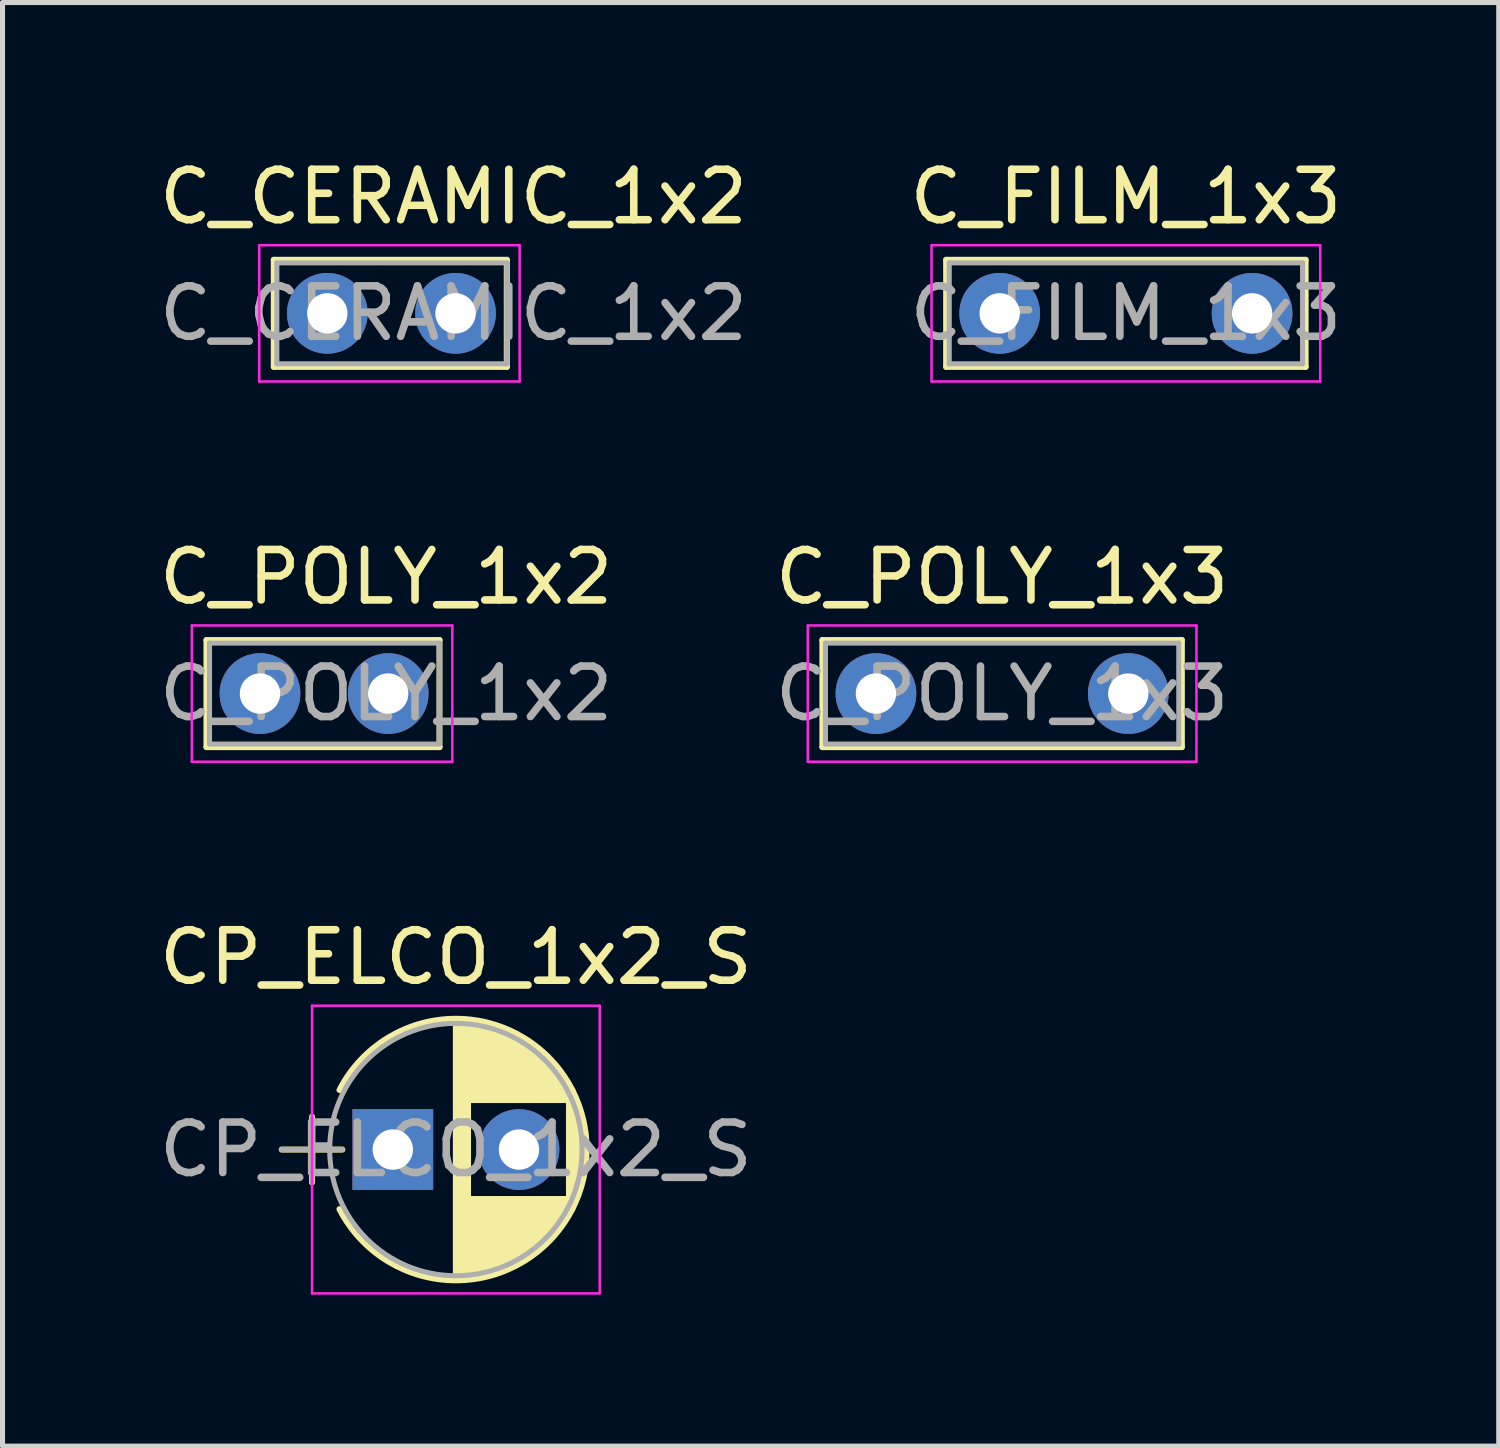
<source format=kicad_pcb>
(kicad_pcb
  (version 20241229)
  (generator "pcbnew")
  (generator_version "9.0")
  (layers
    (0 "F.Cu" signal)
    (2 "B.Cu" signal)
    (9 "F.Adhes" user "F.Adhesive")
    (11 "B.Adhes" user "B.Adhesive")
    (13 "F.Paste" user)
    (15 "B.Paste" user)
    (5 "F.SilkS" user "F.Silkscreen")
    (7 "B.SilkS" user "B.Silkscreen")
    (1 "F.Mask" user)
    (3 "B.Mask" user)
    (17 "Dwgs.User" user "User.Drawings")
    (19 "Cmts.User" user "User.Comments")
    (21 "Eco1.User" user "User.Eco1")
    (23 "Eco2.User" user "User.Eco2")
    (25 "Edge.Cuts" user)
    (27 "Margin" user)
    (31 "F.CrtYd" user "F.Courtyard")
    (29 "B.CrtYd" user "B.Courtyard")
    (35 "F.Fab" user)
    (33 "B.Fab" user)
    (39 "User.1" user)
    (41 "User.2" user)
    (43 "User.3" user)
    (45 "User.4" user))
  (footprint "C_POLY_1x3"
    (layer "F.Cu")
    (at 14.304 10.691)
    (property "Reference" "C_POLY_1x3" (at 2.5 -2.31 0) (layer "F.SilkS") (effects (font (size 1 1) (thickness 0.15))))
    (attr through_hole)
    (fp_line (start -1.06 -1.06) (end -1.06 1.06) (stroke (width 0.12) (type solid)) (layer "F.SilkS"))
    (fp_line (start -1.06 -1.06) (end 6.06 -1.06) (stroke (width 0.12) (type solid)) (layer "F.SilkS"))
    (fp_line (start -1.06 1.06) (end 6.06 1.06) (stroke (width 0.12) (type solid)) (layer "F.SilkS"))
    (fp_line (start 6.06 -1.06) (end 6.06 1.06) (stroke (width 0.12) (type solid)) (layer "F.SilkS"))
    (fp_line (start -1.35 -1.35) (end -1.35 1.35) (stroke (width 0.05) (type solid)) (layer "F.CrtYd"))
    (fp_line (start -1.35 1.35) (end 6.35 1.35) (stroke (width 0.05) (type solid)) (layer "F.CrtYd"))
    (fp_line (start 6.35 -1.35) (end -1.35 -1.35) (stroke (width 0.05) (type solid)) (layer "F.CrtYd"))
    (fp_line (start 6.35 1.35) (end 6.35 -1.35) (stroke (width 0.05) (type solid)) (layer "F.CrtYd"))
    (fp_line (start -1 -1) (end -1 1) (stroke (width 0.1) (type solid)) (layer "F.Fab"))
    (fp_line (start -1 1) (end 6 1) (stroke (width 0.1) (type solid)) (layer "F.Fab"))
    (fp_line (start 6 -1) (end -1 -1) (stroke (width 0.1) (type solid)) (layer "F.Fab"))
    (fp_line (start 6 1) (end 6 -1) (stroke (width 0.1) (type solid)) (layer "F.Fab"))
    (fp_text user "${REFERENCE}" (at 2.5 0 0) (layer "F.Fab") (effects (font (size 1 1) (thickness 0.15))))
    (pad "1" thru_hole circle (at 0 0) (size 1.6 1.6) (drill 0.8) (layers "*.Cu" "*.Mask"))
    (pad "2" thru_hole circle (at 5 0) (size 1.6 1.6) (drill 0.8) (layers "*.Cu" "*.Mask")))
  (footprint "C_CERAMIC_1x2"
    (layer "F.Cu")
    (at 3.435 3.158)
    (property "Reference" "C_CERAMIC_1x2" (at 2.5 -2.31 0) (layer "F.SilkS") (effects (font (size 1 1) (thickness 0.15))))
    (attr through_hole)
    (fp_line (start -1.06 -1.06) (end -1.06 1.06) (stroke (width 0.12) (type solid)) (layer "F.SilkS"))
    (fp_line (start -1.06 -1.06) (end 3.556 -1.06) (stroke (width 0.12) (type solid)) (layer "F.SilkS"))
    (fp_line (start -1.06 1.06) (end 3.556 1.06) (stroke (width 0.12) (type solid)) (layer "F.SilkS"))
    (fp_line (start 3.556 -1.06) (end 3.556 1.06) (stroke (width 0.12) (type solid)) (layer "F.SilkS"))
    (fp_line (start -1.35 -1.35) (end -1.35 1.35) (stroke (width 0.05) (type solid)) (layer "F.CrtYd"))
    (fp_line (start -1.35 1.35) (end 3.81 1.35) (stroke (width 0.05) (type solid)) (layer "F.CrtYd"))
    (fp_line (start 3.81 -1.35) (end -1.35 -1.35) (stroke (width 0.05) (type solid)) (layer "F.CrtYd"))
    (fp_line (start 3.81 1.35) (end 3.81 -1.35) (stroke (width 0.05) (type solid)) (layer "F.CrtYd"))
    (fp_line (start -1 -1) (end -1 1) (stroke (width 0.1) (type solid)) (layer "F.Fab"))
    (fp_line (start -1 1) (end 3.556 1) (stroke (width 0.1) (type solid)) (layer "F.Fab"))
    (fp_line (start 3.556 -1) (end -1 -1) (stroke (width 0.1) (type solid)) (layer "F.Fab"))
    (fp_line (start 3.556 1) (end 3.556 -1) (stroke (width 0.1) (type solid)) (layer "F.Fab"))
    (fp_text user "${REFERENCE}" (at 2.5 0 0) (layer "F.Fab") (effects (font (size 1 1) (thickness 0.15))))
    (pad "1" thru_hole circle (at 0 0) (size 1.6 1.6) (drill 0.8) (layers "*.Cu" "*.Mask"))
    (pad "2" thru_hole circle (at 2.54 0) (size 1.6 1.6) (drill 0.8) (layers "*.Cu" "*.Mask")))
  (footprint "CP_ELCO_1x2_S"
    (layer "F.Cu")
    (at 4.732 19.725)
    (property "Reference" "CP_ELCO_1x2_S" (at 1.25 -3.81 0) (layer "F.SilkS") (effects (font (size 1 1) (thickness 0.15))))
    (attr through_hole)
    (fp_line (start -2.2 0) (end -1 0) (stroke (width 0.12) (type solid)) (layer "F.SilkS"))
    (fp_line (start -1.6 -0.65) (end -1.6 0.65) (stroke (width 0.12) (type solid)) (layer "F.SilkS"))
    (fp_line (start 1.25 -2.55) (end 1.25 2.55) (stroke (width 0.12) (type solid)) (layer "F.SilkS"))
    (fp_line (start 1.29 -2.55) (end 1.29 2.55) (stroke (width 0.12) (type solid)) (layer "F.SilkS"))
    (fp_line (start 1.33 -2.549) (end 1.33 2.549) (stroke (width 0.12) (type solid)) (layer "F.SilkS"))
    (fp_line (start 1.37 -2.548) (end 1.37 2.548) (stroke (width 0.12) (type solid)) (layer "F.SilkS"))
    (fp_line (start 1.41 -2.546) (end 1.41 2.546) (stroke (width 0.12) (type solid)) (layer "F.SilkS"))
    (fp_line (start 1.45 -2.543) (end 1.45 2.543) (stroke (width 0.12) (type solid)) (layer "F.SilkS"))
    (fp_line (start 1.49 -2.539) (end 1.49 2.539) (stroke (width 0.12) (type solid)) (layer "F.SilkS"))
    (fp_line (start 1.53 -2.535) (end 1.53 -0.98) (stroke (width 0.12) (type solid)) (layer "F.SilkS"))
    (fp_line (start 1.53 0.98) (end 1.53 2.535) (stroke (width 0.12) (type solid)) (layer "F.SilkS"))
    (fp_line (start 1.57 -2.531) (end 1.57 -0.98) (stroke (width 0.12) (type solid)) (layer "F.SilkS"))
    (fp_line (start 1.57 0.98) (end 1.57 2.531) (stroke (width 0.12) (type solid)) (layer "F.SilkS"))
    (fp_line (start 1.61 -2.525) (end 1.61 -0.98) (stroke (width 0.12) (type solid)) (layer "F.SilkS"))
    (fp_line (start 1.61 0.98) (end 1.61 2.525) (stroke (width 0.12) (type solid)) (layer "F.SilkS"))
    (fp_line (start 1.65 -2.519) (end 1.65 -0.98) (stroke (width 0.12) (type solid)) (layer "F.SilkS"))
    (fp_line (start 1.65 0.98) (end 1.65 2.519) (stroke (width 0.12) (type solid)) (layer "F.SilkS"))
    (fp_line (start 1.69 -2.513) (end 1.69 -0.98) (stroke (width 0.12) (type solid)) (layer "F.SilkS"))
    (fp_line (start 1.69 0.98) (end 1.69 2.513) (stroke (width 0.12) (type solid)) (layer "F.SilkS"))
    (fp_line (start 1.73 -2.506) (end 1.73 -0.98) (stroke (width 0.12) (type solid)) (layer "F.SilkS"))
    (fp_line (start 1.73 0.98) (end 1.73 2.506) (stroke (width 0.12) (type solid)) (layer "F.SilkS"))
    (fp_line (start 1.77 -2.498) (end 1.77 -0.98) (stroke (width 0.12) (type solid)) (layer "F.SilkS"))
    (fp_line (start 1.77 0.98) (end 1.77 2.498) (stroke (width 0.12) (type solid)) (layer "F.SilkS"))
    (fp_line (start 1.81 -2.489) (end 1.81 -0.98) (stroke (width 0.12) (type solid)) (layer "F.SilkS"))
    (fp_line (start 1.81 0.98) (end 1.81 2.489) (stroke (width 0.12) (type solid)) (layer "F.SilkS"))
    (fp_line (start 1.85 -2.48) (end 1.85 -0.98) (stroke (width 0.12) (type solid)) (layer "F.SilkS"))
    (fp_line (start 1.85 0.98) (end 1.85 2.48) (stroke (width 0.12) (type solid)) (layer "F.SilkS"))
    (fp_line (start 1.89 -2.47) (end 1.89 -0.98) (stroke (width 0.12) (type solid)) (layer "F.SilkS"))
    (fp_line (start 1.89 0.98) (end 1.89 2.47) (stroke (width 0.12) (type solid)) (layer "F.SilkS"))
    (fp_line (start 1.93 -2.46) (end 1.93 -0.98) (stroke (width 0.12) (type solid)) (layer "F.SilkS"))
    (fp_line (start 1.93 0.98) (end 1.93 2.46) (stroke (width 0.12) (type solid)) (layer "F.SilkS"))
    (fp_line (start 1.971 -2.448) (end 1.971 -0.98) (stroke (width 0.12) (type solid)) (layer "F.SilkS"))
    (fp_line (start 1.971 0.98) (end 1.971 2.448) (stroke (width 0.12) (type solid)) (layer "F.SilkS"))
    (fp_line (start 2.011 -2.436) (end 2.011 -0.98) (stroke (width 0.12) (type solid)) (layer "F.SilkS"))
    (fp_line (start 2.011 0.98) (end 2.011 2.436) (stroke (width 0.12) (type solid)) (layer "F.SilkS"))
    (fp_line (start 2.051 -2.424) (end 2.051 -0.98) (stroke (width 0.12) (type solid)) (layer "F.SilkS"))
    (fp_line (start 2.051 0.98) (end 2.051 2.424) (stroke (width 0.12) (type solid)) (layer "F.SilkS"))
    (fp_line (start 2.091 -2.41) (end 2.091 -0.98) (stroke (width 0.12) (type solid)) (layer "F.SilkS"))
    (fp_line (start 2.091 0.98) (end 2.091 2.41) (stroke (width 0.12) (type solid)) (layer "F.SilkS"))
    (fp_line (start 2.131 -2.396) (end 2.131 -0.98) (stroke (width 0.12) (type solid)) (layer "F.SilkS"))
    (fp_line (start 2.131 0.98) (end 2.131 2.396) (stroke (width 0.12) (type solid)) (layer "F.SilkS"))
    (fp_line (start 2.171 -2.382) (end 2.171 -0.98) (stroke (width 0.12) (type solid)) (layer "F.SilkS"))
    (fp_line (start 2.171 0.98) (end 2.171 2.382) (stroke (width 0.12) (type solid)) (layer "F.SilkS"))
    (fp_line (start 2.211 -2.366) (end 2.211 -0.98) (stroke (width 0.12) (type solid)) (layer "F.SilkS"))
    (fp_line (start 2.211 0.98) (end 2.211 2.366) (stroke (width 0.12) (type solid)) (layer "F.SilkS"))
    (fp_line (start 2.251 -2.35) (end 2.251 -0.98) (stroke (width 0.12) (type solid)) (layer "F.SilkS"))
    (fp_line (start 2.251 0.98) (end 2.251 2.35) (stroke (width 0.12) (type solid)) (layer "F.SilkS"))
    (fp_line (start 2.291 -2.333) (end 2.291 -0.98) (stroke (width 0.12) (type solid)) (layer "F.SilkS"))
    (fp_line (start 2.291 0.98) (end 2.291 2.333) (stroke (width 0.12) (type solid)) (layer "F.SilkS"))
    (fp_line (start 2.331 -2.315) (end 2.331 -0.98) (stroke (width 0.12) (type solid)) (layer "F.SilkS"))
    (fp_line (start 2.331 0.98) (end 2.331 2.315) (stroke (width 0.12) (type solid)) (layer "F.SilkS"))
    (fp_line (start 2.371 -2.296) (end 2.371 -0.98) (stroke (width 0.12) (type solid)) (layer "F.SilkS"))
    (fp_line (start 2.371 0.98) (end 2.371 2.296) (stroke (width 0.12) (type solid)) (layer "F.SilkS"))
    (fp_line (start 2.411 -2.276) (end 2.411 -0.98) (stroke (width 0.12) (type solid)) (layer "F.SilkS"))
    (fp_line (start 2.411 0.98) (end 2.411 2.276) (stroke (width 0.12) (type solid)) (layer "F.SilkS"))
    (fp_line (start 2.451 -2.256) (end 2.451 -0.98) (stroke (width 0.12) (type solid)) (layer "F.SilkS"))
    (fp_line (start 2.451 0.98) (end 2.451 2.256) (stroke (width 0.12) (type solid)) (layer "F.SilkS"))
    (fp_line (start 2.491 -2.234) (end 2.491 -0.98) (stroke (width 0.12) (type solid)) (layer "F.SilkS"))
    (fp_line (start 2.491 0.98) (end 2.491 2.234) (stroke (width 0.12) (type solid)) (layer "F.SilkS"))
    (fp_line (start 2.531 -2.212) (end 2.531 -0.98) (stroke (width 0.12) (type solid)) (layer "F.SilkS"))
    (fp_line (start 2.531 0.98) (end 2.531 2.212) (stroke (width 0.12) (type solid)) (layer "F.SilkS"))
    (fp_line (start 2.571 -2.189) (end 2.571 -0.98) (stroke (width 0.12) (type solid)) (layer "F.SilkS"))
    (fp_line (start 2.571 0.98) (end 2.571 2.189) (stroke (width 0.12) (type solid)) (layer "F.SilkS"))
    (fp_line (start 2.611 -2.165) (end 2.611 -0.98) (stroke (width 0.12) (type solid)) (layer "F.SilkS"))
    (fp_line (start 2.611 0.98) (end 2.611 2.165) (stroke (width 0.12) (type solid)) (layer "F.SilkS"))
    (fp_line (start 2.651 -2.14) (end 2.651 -0.98) (stroke (width 0.12) (type solid)) (layer "F.SilkS"))
    (fp_line (start 2.651 0.98) (end 2.651 2.14) (stroke (width 0.12) (type solid)) (layer "F.SilkS"))
    (fp_line (start 2.691 -2.113) (end 2.691 -0.98) (stroke (width 0.12) (type solid)) (layer "F.SilkS"))
    (fp_line (start 2.691 0.98) (end 2.691 2.113) (stroke (width 0.12) (type solid)) (layer "F.SilkS"))
    (fp_line (start 2.731 -2.086) (end 2.731 -0.98) (stroke (width 0.12) (type solid)) (layer "F.SilkS"))
    (fp_line (start 2.731 0.98) (end 2.731 2.086) (stroke (width 0.12) (type solid)) (layer "F.SilkS"))
    (fp_line (start 2.771 -2.058) (end 2.771 -0.98) (stroke (width 0.12) (type solid)) (layer "F.SilkS"))
    (fp_line (start 2.771 0.98) (end 2.771 2.058) (stroke (width 0.12) (type solid)) (layer "F.SilkS"))
    (fp_line (start 2.811 -2.028) (end 2.811 -0.98) (stroke (width 0.12) (type solid)) (layer "F.SilkS"))
    (fp_line (start 2.811 0.98) (end 2.811 2.028) (stroke (width 0.12) (type solid)) (layer "F.SilkS"))
    (fp_line (start 2.851 -1.997) (end 2.851 -0.98) (stroke (width 0.12) (type solid)) (layer "F.SilkS"))
    (fp_line (start 2.851 0.98) (end 2.851 1.997) (stroke (width 0.12) (type solid)) (layer "F.SilkS"))
    (fp_line (start 2.891 -1.965) (end 2.891 -0.98) (stroke (width 0.12) (type solid)) (layer "F.SilkS"))
    (fp_line (start 2.891 0.98) (end 2.891 1.965) (stroke (width 0.12) (type solid)) (layer "F.SilkS"))
    (fp_line (start 2.931 -1.932) (end 2.931 -0.98) (stroke (width 0.12) (type solid)) (layer "F.SilkS"))
    (fp_line (start 2.931 0.98) (end 2.931 1.932) (stroke (width 0.12) (type solid)) (layer "F.SilkS"))
    (fp_line (start 2.971 -1.897) (end 2.971 -0.98) (stroke (width 0.12) (type solid)) (layer "F.SilkS"))
    (fp_line (start 2.971 0.98) (end 2.971 1.897) (stroke (width 0.12) (type solid)) (layer "F.SilkS"))
    (fp_line (start 3.011 -1.861) (end 3.011 -0.98) (stroke (width 0.12) (type solid)) (layer "F.SilkS"))
    (fp_line (start 3.011 0.98) (end 3.011 1.861) (stroke (width 0.12) (type solid)) (layer "F.SilkS"))
    (fp_line (start 3.051 -1.823) (end 3.051 -0.98) (stroke (width 0.12) (type solid)) (layer "F.SilkS"))
    (fp_line (start 3.051 0.98) (end 3.051 1.823) (stroke (width 0.12) (type solid)) (layer "F.SilkS"))
    (fp_line (start 3.091 -1.783) (end 3.091 -0.98) (stroke (width 0.12) (type solid)) (layer "F.SilkS"))
    (fp_line (start 3.091 0.98) (end 3.091 1.783) (stroke (width 0.12) (type solid)) (layer "F.SilkS"))
    (fp_line (start 3.131 -1.742) (end 3.131 -0.98) (stroke (width 0.12) (type solid)) (layer "F.SilkS"))
    (fp_line (start 3.131 0.98) (end 3.131 1.742) (stroke (width 0.12) (type solid)) (layer "F.SilkS"))
    (fp_line (start 3.171 -1.699) (end 3.171 -0.98) (stroke (width 0.12) (type solid)) (layer "F.SilkS"))
    (fp_line (start 3.171 0.98) (end 3.171 1.699) (stroke (width 0.12) (type solid)) (layer "F.SilkS"))
    (fp_line (start 3.211 -1.654) (end 3.211 -0.98) (stroke (width 0.12) (type solid)) (layer "F.SilkS"))
    (fp_line (start 3.211 0.98) (end 3.211 1.654) (stroke (width 0.12) (type solid)) (layer "F.SilkS"))
    (fp_line (start 3.251 -1.606) (end 3.251 -0.98) (stroke (width 0.12) (type solid)) (layer "F.SilkS"))
    (fp_line (start 3.251 0.98) (end 3.251 1.606) (stroke (width 0.12) (type solid)) (layer "F.SilkS"))
    (fp_line (start 3.291 -1.556) (end 3.291 -0.98) (stroke (width 0.12) (type solid)) (layer "F.SilkS"))
    (fp_line (start 3.291 0.98) (end 3.291 1.556) (stroke (width 0.12) (type solid)) (layer "F.SilkS"))
    (fp_line (start 3.331 -1.504) (end 3.331 -0.98) (stroke (width 0.12) (type solid)) (layer "F.SilkS"))
    (fp_line (start 3.331 0.98) (end 3.331 1.504) (stroke (width 0.12) (type solid)) (layer "F.SilkS"))
    (fp_line (start 3.371 -1.448) (end 3.371 -0.98) (stroke (width 0.12) (type solid)) (layer "F.SilkS"))
    (fp_line (start 3.371 0.98) (end 3.371 1.448) (stroke (width 0.12) (type solid)) (layer "F.SilkS"))
    (fp_line (start 3.411 -1.39) (end 3.411 -0.98) (stroke (width 0.12) (type solid)) (layer "F.SilkS"))
    (fp_line (start 3.411 0.98) (end 3.411 1.39) (stroke (width 0.12) (type solid)) (layer "F.SilkS"))
    (fp_line (start 3.451 -1.327) (end 3.451 -0.98) (stroke (width 0.12) (type solid)) (layer "F.SilkS"))
    (fp_line (start 3.451 0.98) (end 3.451 1.327) (stroke (width 0.12) (type solid)) (layer "F.SilkS"))
    (fp_line (start 3.491 -1.261) (end 3.491 1.261) (stroke (width 0.12) (type solid)) (layer "F.SilkS"))
    (fp_line (start 3.531 -1.189) (end 3.531 1.189) (stroke (width 0.12) (type solid)) (layer "F.SilkS"))
    (fp_line (start 3.571 -1.112) (end 3.571 1.112) (stroke (width 0.12) (type solid)) (layer "F.SilkS"))
    (fp_line (start 3.611 -1.028) (end 3.611 1.028) (stroke (width 0.12) (type solid)) (layer "F.SilkS"))
    (fp_line (start 3.651 -0.934) (end 3.651 0.934) (stroke (width 0.12) (type solid)) (layer "F.SilkS"))
    (fp_line (start 3.691 -0.829) (end 3.691 0.829) (stroke (width 0.12) (type solid)) (layer "F.SilkS"))
    (fp_line (start 3.731 -0.707) (end 3.731 0.707) (stroke (width 0.12) (type solid)) (layer "F.SilkS"))
    (fp_line (start 3.771 -0.559) (end 3.771 0.559) (stroke (width 0.12) (type solid)) (layer "F.SilkS"))
    (fp_line (start 3.811 -0.354) (end 3.811 0.354) (stroke (width 0.12) (type solid)) (layer "F.SilkS"))
    (fp_arc (start -1.05558 -1.18) (mid 1.250156 -2.59) (end 3.555722 -1.179722) (stroke (width 0.12) (type solid)) (layer "F.SilkS"))
    (fp_arc (start 3.55558 -1.18) (mid 3.84 -0.000156) (end 3.555722 1.179722) (stroke (width 0.12) (type solid)) (layer "F.SilkS"))
    (fp_arc (start 3.555722 1.179722) (mid 1.250156 2.59) (end -1.05558 1.18) (stroke (width 0.12) (type solid)) (layer "F.SilkS"))
    (fp_line (start -1.6 -2.85) (end -1.6 2.85) (stroke (width 0.05) (type solid)) (layer "F.CrtYd"))
    (fp_line (start -1.6 2.85) (end 4.1 2.85) (stroke (width 0.05) (type solid)) (layer "F.CrtYd"))
    (fp_line (start 4.1 -2.85) (end -1.6 -2.85) (stroke (width 0.05) (type solid)) (layer "F.CrtYd"))
    (fp_line (start 4.1 2.85) (end 4.1 -2.85) (stroke (width 0.05) (type solid)) (layer "F.CrtYd"))
    (fp_line (start -2.2 0) (end -1 0) (stroke (width 0.1) (type solid)) (layer "F.Fab"))
    (fp_line (start -1.6 -0.65) (end -1.6 0.65) (stroke (width 0.1) (type solid)) (layer "F.Fab"))
    (fp_circle (center 1.25 0) (end 3.75 0) (stroke (width 0.1) (type solid)) (fill no) (layer "F.Fab"))
    (fp_text user "${REFERENCE}" (at 1.25 0 0) (layer "F.Fab") (effects (font (size 1 1) (thickness 0.15))))
    (pad "1" thru_hole rect (at 0 0) (size 1.6 1.6) (drill 0.8) (layers "*.Cu" "*.Mask"))
    (pad "2" thru_hole circle (at 2.5 0) (size 1.6 1.6) (drill 0.8) (layers "*.Cu" "*.Mask")))
  (footprint "C_POLY_1x2"
    (layer "F.Cu")
    (at 2.101 10.691)
    (property "Reference" "C_POLY_1x2" (at 2.5 -2.31 0) (layer "F.SilkS") (effects (font (size 1 1) (thickness 0.15))))
    (attr through_hole)
    (fp_line (start -1.06 -1.06) (end -1.06 1.06) (stroke (width 0.12) (type solid)) (layer "F.SilkS"))
    (fp_line (start -1.06 -1.06) (end 3.556 -1.06) (stroke (width 0.12) (type solid)) (layer "F.SilkS"))
    (fp_line (start -1.06 1.06) (end 3.556 1.06) (stroke (width 0.12) (type solid)) (layer "F.SilkS"))
    (fp_line (start 3.556 -1.06) (end 3.556 1.06) (stroke (width 0.12) (type solid)) (layer "F.SilkS"))
    (fp_line (start -1.35 -1.35) (end -1.35 1.35) (stroke (width 0.05) (type solid)) (layer "F.CrtYd"))
    (fp_line (start -1.35 1.35) (end 3.81 1.35) (stroke (width 0.05) (type solid)) (layer "F.CrtYd"))
    (fp_line (start 3.81 -1.35) (end -1.35 -1.35) (stroke (width 0.05) (type solid)) (layer "F.CrtYd"))
    (fp_line (start 3.81 1.35) (end 3.81 -1.35) (stroke (width 0.05) (type solid)) (layer "F.CrtYd"))
    (fp_line (start -1 -1) (end -1 1) (stroke (width 0.1) (type solid)) (layer "F.Fab"))
    (fp_line (start -1 1) (end 3.556 1) (stroke (width 0.1) (type solid)) (layer "F.Fab"))
    (fp_line (start 3.556 -1) (end -1 -1) (stroke (width 0.1) (type solid)) (layer "F.Fab"))
    (fp_line (start 3.556 1) (end 3.556 -1) (stroke (width 0.1) (type solid)) (layer "F.Fab"))
    (fp_text user "${REFERENCE}" (at 2.5 0 0) (layer "F.Fab") (effects (font (size 1 1) (thickness 0.15))))
    (pad "1" thru_hole circle (at 0 0) (size 1.6 1.6) (drill 0.8) (layers "*.Cu" "*.Mask"))
    (pad "2" thru_hole circle (at 2.54 0) (size 1.6 1.6) (drill 0.8) (layers "*.Cu" "*.Mask")))
  (footprint "C_FILM_1x3"
    (layer "F.Cu")
    (at 16.756 3.158)
    (property "Reference" "C_FILM_1x3" (at 2.5 -2.31 0) (layer "F.SilkS") (effects (font (size 1 1) (thickness 0.15))))
    (attr through_hole)
    (fp_line (start -1.06 -1.06) (end -1.06 1.06) (stroke (width 0.12) (type solid)) (layer "F.SilkS"))
    (fp_line (start -1.06 -1.06) (end 6.06 -1.06) (stroke (width 0.12) (type solid)) (layer "F.SilkS"))
    (fp_line (start -1.06 1.06) (end 6.06 1.06) (stroke (width 0.12) (type solid)) (layer "F.SilkS"))
    (fp_line (start 6.06 -1.06) (end 6.06 1.06) (stroke (width 0.12) (type solid)) (layer "F.SilkS"))
    (fp_line (start -1.35 -1.35) (end -1.35 1.35) (stroke (width 0.05) (type solid)) (layer "F.CrtYd"))
    (fp_line (start -1.35 1.35) (end 6.35 1.35) (stroke (width 0.05) (type solid)) (layer "F.CrtYd"))
    (fp_line (start 6.35 -1.35) (end -1.35 -1.35) (stroke (width 0.05) (type solid)) (layer "F.CrtYd"))
    (fp_line (start 6.35 1.35) (end 6.35 -1.35) (stroke (width 0.05) (type solid)) (layer "F.CrtYd"))
    (fp_line (start -1 -1) (end -1 1) (stroke (width 0.1) (type solid)) (layer "F.Fab"))
    (fp_line (start -1 1) (end 6 1) (stroke (width 0.1) (type solid)) (layer "F.Fab"))
    (fp_line (start 6 -1) (end -1 -1) (stroke (width 0.1) (type solid)) (layer "F.Fab"))
    (fp_line (start 6 1) (end 6 -1) (stroke (width 0.1) (type solid)) (layer "F.Fab"))
    (fp_text user "${REFERENCE}" (at 2.5 0 0) (layer "F.Fab") (effects (font (size 1 1) (thickness 0.15))))
    (pad "1" thru_hole circle (at 0 0) (size 1.6 1.6) (drill 0.8) (layers "*.Cu" "*.Mask"))
    (pad "2" thru_hole circle (at 5 0) (size 1.6 1.6) (drill 0.8) (layers "*.Cu" "*.Mask")))
  (gr_rect
    (start -3 -3)
    (end 26.643 25.6)
    (stroke (width 0.1) (type default))
    (fill no)
    (layer "Edge.Cuts")))
</source>
